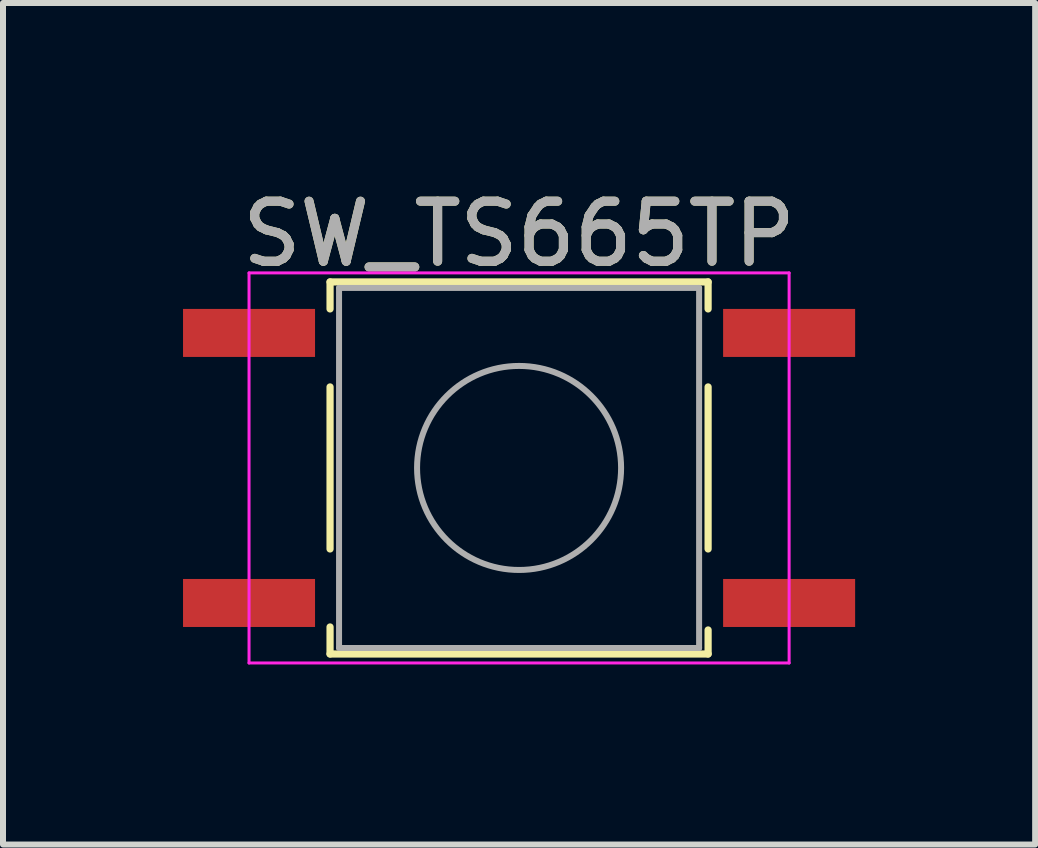
<source format=kicad_pcb>
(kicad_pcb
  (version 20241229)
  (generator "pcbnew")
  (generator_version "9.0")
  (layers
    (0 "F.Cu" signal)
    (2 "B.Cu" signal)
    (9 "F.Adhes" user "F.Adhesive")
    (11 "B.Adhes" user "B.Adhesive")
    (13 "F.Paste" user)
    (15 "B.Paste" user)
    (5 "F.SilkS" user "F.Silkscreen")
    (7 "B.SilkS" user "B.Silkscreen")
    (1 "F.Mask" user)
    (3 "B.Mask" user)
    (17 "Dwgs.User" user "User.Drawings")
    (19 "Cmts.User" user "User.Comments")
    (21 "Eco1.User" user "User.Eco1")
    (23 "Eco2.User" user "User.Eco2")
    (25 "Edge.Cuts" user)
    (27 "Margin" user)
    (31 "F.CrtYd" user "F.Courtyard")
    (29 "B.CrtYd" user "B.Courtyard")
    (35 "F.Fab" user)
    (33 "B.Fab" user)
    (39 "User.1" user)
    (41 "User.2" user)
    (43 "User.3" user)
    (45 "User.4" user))
  (footprint "SW_TS665TP"
    (layer "F.Cu")
    (at 5.6 4.748)
    (property "Reference" "SW_TS665TP" (at 0 -3.9 0) (layer "F.SilkS") (effects (font (size 1 1) (thickness 0.15))))
    (attr smd)
    (fp_line (start -3.15 -3.1) (end 3.15 -3.1) (stroke (width 0.12) (type solid)) (layer "F.SilkS"))
    (fp_line (start -3.15 -2.65) (end -3.15 -3.1) (stroke (width 0.12) (type solid)) (layer "F.SilkS"))
    (fp_line (start -3.15 1.35) (end -3.15 -1.35) (stroke (width 0.12) (type solid)) (layer "F.SilkS"))
    (fp_line (start -3.15 2.65) (end -3.15 3.1) (stroke (width 0.12) (type solid)) (layer "F.SilkS"))
    (fp_line (start -3.15 3.1) (end 3.15 3.1) (stroke (width 0.12) (type solid)) (layer "F.SilkS"))
    (fp_line (start 3.15 -3.1) (end 3.15 -2.65) (stroke (width 0.12) (type solid)) (layer "F.SilkS"))
    (fp_line (start 3.15 -1.35) (end 3.15 1.35) (stroke (width 0.12) (type solid)) (layer "F.SilkS"))
    (fp_line (start 3.15 3.1) (end 3.15 2.7) (stroke (width 0.12) (type solid)) (layer "F.SilkS"))
    (fp_line (start -4.5 -3.25) (end 4.5 -3.25) (stroke (width 0.05) (type solid)) (layer "F.CrtYd"))
    (fp_line (start -4.5 3.25) (end -4.5 -3.25) (stroke (width 0.05) (type solid)) (layer "F.CrtYd"))
    (fp_line (start 4.5 -3.25) (end 4.5 3.25) (stroke (width 0.05) (type solid)) (layer "F.CrtYd"))
    (fp_line (start 4.5 3.25) (end -4.5 3.25) (stroke (width 0.05) (type solid)) (layer "F.CrtYd"))
    (fp_line (start -3 -3) (end 3 -3) (stroke (width 0.1) (type solid)) (layer "F.Fab"))
    (fp_line (start -3 3) (end -3 -3) (stroke (width 0.1) (type solid)) (layer "F.Fab"))
    (fp_line (start 3 -3) (end 3 3) (stroke (width 0.1) (type solid)) (layer "F.Fab"))
    (fp_line (start 3 3) (end -3 3) (stroke (width 0.1) (type solid)) (layer "F.Fab"))
    (fp_circle (center 0 0) (end 1.7 0) (stroke (width 0.1) (type solid)) (fill no) (layer "F.Fab"))
    (fp_text user "${REFERENCE}" (at 0 -3.9 0) (layer "F.Fab") (effects (font (size 1 1) (thickness 0.15))))
    (pad "1" smd rect (at -4.5 -2.25) (size 2.2 0.8) (layers "F.Cu" "F.Mask" "F.Paste"))
    (pad "1" smd rect (at 4.5 -2.25) (size 2.2 0.8) (layers "F.Cu" "F.Mask" "F.Paste"))
    (pad "2" smd rect (at -4.5 2.25) (size 2.2 0.8) (layers "F.Cu" "F.Mask" "F.Paste"))
    (pad "2" smd rect (at 4.5 2.25) (size 2.2 0.8) (layers "F.Cu" "F.Mask" "F.Paste")))
  (gr_rect
    (start -3 -3)
    (end 14.2 11.023)
    (stroke (width 0.1) (type default))
    (fill no)
    (layer "Edge.Cuts")))
</source>
